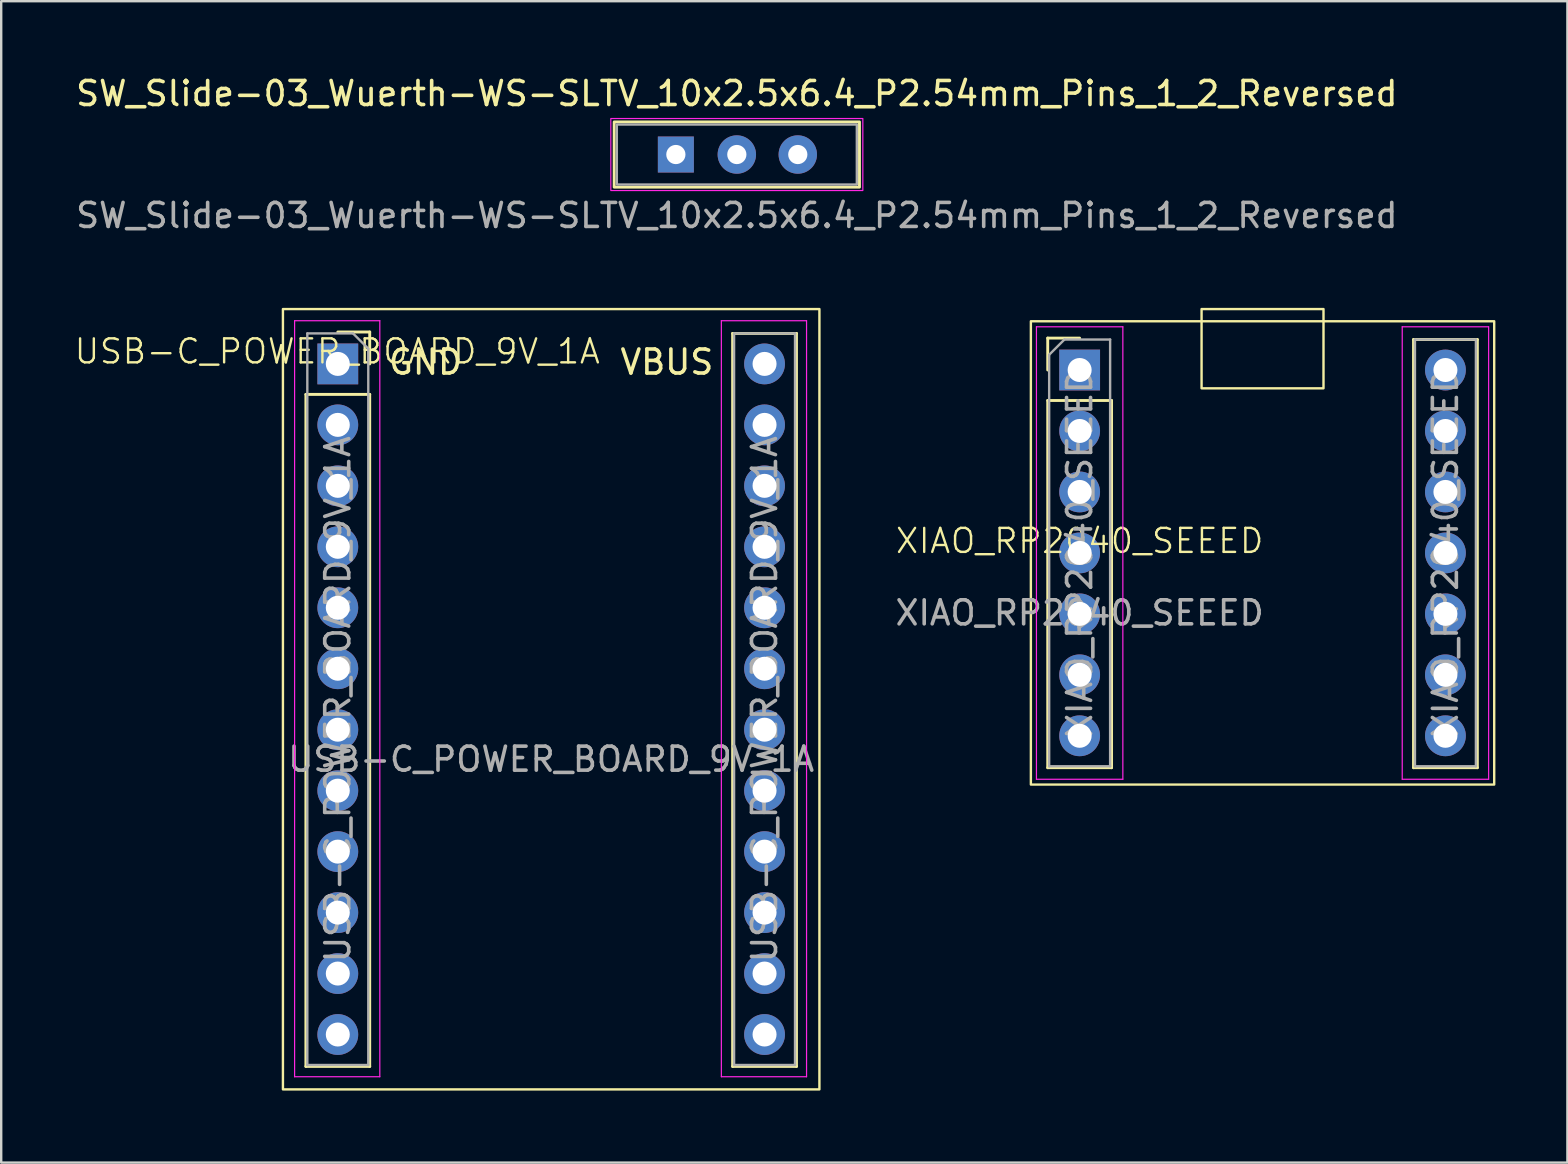
<source format=kicad_pcb>
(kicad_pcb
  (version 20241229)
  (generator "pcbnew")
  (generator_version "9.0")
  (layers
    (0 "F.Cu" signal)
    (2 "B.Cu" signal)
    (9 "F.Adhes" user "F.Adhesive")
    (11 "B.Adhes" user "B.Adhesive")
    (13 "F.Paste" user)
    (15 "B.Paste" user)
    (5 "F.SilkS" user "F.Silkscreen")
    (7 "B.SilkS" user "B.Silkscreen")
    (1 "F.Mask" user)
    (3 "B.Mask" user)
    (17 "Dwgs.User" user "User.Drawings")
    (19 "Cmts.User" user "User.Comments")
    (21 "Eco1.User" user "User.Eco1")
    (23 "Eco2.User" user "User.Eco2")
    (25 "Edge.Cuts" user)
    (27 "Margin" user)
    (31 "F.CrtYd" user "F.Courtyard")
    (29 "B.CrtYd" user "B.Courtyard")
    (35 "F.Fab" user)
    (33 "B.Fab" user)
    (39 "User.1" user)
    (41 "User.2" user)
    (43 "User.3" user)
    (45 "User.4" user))
  (footprint "XIAO_RP2040_SEEED"
    (layer "F.Cu")
    (at 41.932 19.986)
    (property "Reference" "XIAO_RP2040_SEEED" (at 0 -0.5 0) (unlocked yes) (layer "F.SilkS") (effects (font (size 1 1) (thickness 0.1))))
    (attr through_hole)
    (fp_line (start -1.33 -8.95) (end 0 -8.95) (stroke (width 0.12) (type solid)) (layer "F.SilkS"))
    (fp_line (start -1.33 -7.62) (end -1.33 -8.95) (stroke (width 0.12) (type solid)) (layer "F.SilkS"))
    (fp_line (start -1.33 -6.35) (end -1.33 8.95) (stroke (width 0.12) (type solid)) (layer "F.SilkS"))
    (fp_line (start -1.33 -6.35) (end 1.33 -6.35) (stroke (width 0.12) (type solid)) (layer "F.SilkS"))
    (fp_line (start -1.33 8.95) (end 1.33 8.95) (stroke (width 0.12) (type solid)) (layer "F.SilkS"))
    (fp_line (start 1.33 -6.35) (end 1.33 8.95) (stroke (width 0.12) (type solid)) (layer "F.SilkS"))
    (fp_line (start 13.91 -8.89) (end 13.91 8.95) (stroke (width 0.12) (type solid)) (layer "F.SilkS"))
    (fp_line (start 13.91 -8.89) (end 16.57 -8.89) (stroke (width 0.12) (type solid)) (layer "F.SilkS"))
    (fp_line (start 13.91 8.95) (end 16.57 8.95) (stroke (width 0.12) (type solid)) (layer "F.SilkS"))
    (fp_line (start 16.57 -8.89) (end 16.57 8.95) (stroke (width 0.12) (type solid)) (layer "F.SilkS"))
    (fp_rect (start -2.032 -9.652) (end 17.272 9.652) (stroke (width 0.1) (type default)) (fill no) (layer "F.SilkS"))
    (fp_rect (start 5.08 -10.16) (end 10.16 -6.858) (stroke (width 0.1) (type default)) (fill no) (layer "F.SilkS"))
    (fp_line (start -1.8 -9.42) (end -1.8 9.43) (stroke (width 0.05) (type solid)) (layer "F.CrtYd"))
    (fp_line (start -1.8 9.43) (end 1.8 9.43) (stroke (width 0.05) (type solid)) (layer "F.CrtYd"))
    (fp_line (start 1.8 -9.42) (end -1.8 -9.42) (stroke (width 0.05) (type solid)) (layer "F.CrtYd"))
    (fp_line (start 1.8 9.43) (end 1.8 -9.42) (stroke (width 0.05) (type solid)) (layer "F.CrtYd"))
    (fp_line (start 13.44 -9.42) (end 13.44 9.43) (stroke (width 0.05) (type solid)) (layer "F.CrtYd"))
    (fp_line (start 13.44 9.43) (end 17.04 9.43) (stroke (width 0.05) (type solid)) (layer "F.CrtYd"))
    (fp_line (start 17.04 -9.42) (end 13.44 -9.42) (stroke (width 0.05) (type solid)) (layer "F.CrtYd"))
    (fp_line (start 17.04 9.43) (end 17.04 -9.42) (stroke (width 0.05) (type solid)) (layer "F.CrtYd"))
    (fp_line (start -1.27 -8.255) (end -0.635 -8.89) (stroke (width 0.1) (type solid)) (layer "F.Fab"))
    (fp_line (start -1.27 8.89) (end -1.27 -8.255) (stroke (width 0.1) (type solid)) (layer "F.Fab"))
    (fp_line (start -0.635 -8.89) (end 1.27 -8.89) (stroke (width 0.1) (type solid)) (layer "F.Fab"))
    (fp_line (start 1.27 -8.89) (end 1.27 8.89) (stroke (width 0.1) (type solid)) (layer "F.Fab"))
    (fp_line (start 1.27 8.89) (end -1.27 8.89) (stroke (width 0.1) (type solid)) (layer "F.Fab"))
    (fp_line (start 13.97 -8.89) (end 16.51 -8.89) (stroke (width 0.1) (type solid)) (layer "F.Fab"))
    (fp_line (start 13.97 8.89) (end 13.97 -8.89) (stroke (width 0.1) (type solid)) (layer "F.Fab"))
    (fp_line (start 16.51 -8.89) (end 16.51 8.89) (stroke (width 0.1) (type solid)) (layer "F.Fab"))
    (fp_line (start 16.51 8.89) (end 13.97 8.89) (stroke (width 0.1) (type solid)) (layer "F.Fab"))
    (fp_text user "${REFERENCE}" (at 0 0 270) (layer "F.Fab") (effects (font (size 1 1) (thickness 0.15))))
    (fp_text user "${REFERENCE}" (at 15.24 0 270) (layer "F.Fab") (effects (font (size 1 1) (thickness 0.15))))
    (fp_text user "${REFERENCE}" (at 0 2.5 0) (unlocked yes) (layer "F.Fab") (effects (font (size 1 1) (thickness 0.15))))
    (pad "1" thru_hole rect (at 0 -7.62) (size 1.7 1.7) (drill 1) (layers "*.Cu" "*.Mask"))
    (pad "2" thru_hole oval (at 0 -5.08) (size 1.7 1.7) (drill 1) (layers "*.Cu" "*.Mask"))
    (pad "3" thru_hole oval (at 0 -2.54) (size 1.7 1.7) (drill 1) (layers "*.Cu" "*.Mask"))
    (pad "4" thru_hole oval (at 0 0) (size 1.7 1.7) (drill 1) (layers "*.Cu" "*.Mask"))
    (pad "5" thru_hole oval (at 0 2.54) (size 1.7 1.7) (drill 1) (layers "*.Cu" "*.Mask"))
    (pad "6" thru_hole oval (at 0 5.08) (size 1.7 1.7) (drill 1) (layers "*.Cu" "*.Mask"))
    (pad "7" thru_hole oval (at 0 7.62) (size 1.7 1.7) (drill 1) (layers "*.Cu" "*.Mask"))
    (pad "8" thru_hole oval (at 15.24 7.62) (size 1.7 1.7) (drill 1) (layers "*.Cu" "*.Mask"))
    (pad "9" thru_hole oval (at 15.24 5.08) (size 1.7 1.7) (drill 1) (layers "*.Cu" "*.Mask"))
    (pad "10" thru_hole oval (at 15.24 2.54) (size 1.7 1.7) (drill 1) (layers "*.Cu" "*.Mask"))
    (pad "11" thru_hole oval (at 15.24 0) (size 1.7 1.7) (drill 1) (layers "*.Cu" "*.Mask"))
    (pad "12" thru_hole oval (at 15.24 -2.54) (size 1.7 1.7) (drill 1) (layers "*.Cu" "*.Mask"))
    (pad "13" thru_hole oval (at 15.24 -5.08) (size 1.7 1.7) (drill 1) (layers "*.Cu" "*.Mask"))
    (pad "14" thru_hole oval (at 15.24 -7.62) (size 1.7 1.7) (drill 1) (layers "*.Cu" "*.Mask")))
  (footprint "USB-C_POWER_BOARD_9V_1A"
    (layer "F.Cu")
    (at 19.914 26.082)
    (property "Reference" "USB-C_POWER_BOARD_9V_1A" (at -8.912 -14.492 0) (unlocked yes) (layer "F.SilkS") (effects (font (size 1 1) (thickness 0.1))))
    (attr through_hole)
    (fp_line (start -10.22 -12.7) (end -10.22 15.3) (stroke (width 0.12) (type solid)) (layer "F.SilkS"))
    (fp_line (start -10.22 -12.7) (end -7.56 -12.7) (stroke (width 0.12) (type solid)) (layer "F.SilkS"))
    (fp_line (start -10.22 15.3) (end -7.56 15.3) (stroke (width 0.12) (type solid)) (layer "F.SilkS"))
    (fp_line (start -8.89 -15.3) (end -7.56 -15.3) (stroke (width 0.12) (type solid)) (layer "F.SilkS"))
    (fp_line (start -7.56 -15.3) (end -7.56 -13.97) (stroke (width 0.12) (type solid)) (layer "F.SilkS"))
    (fp_line (start -7.56 -12.7) (end -7.56 15.3) (stroke (width 0.12) (type solid)) (layer "F.SilkS"))
    (fp_line (start 7.56 -15.24) (end 7.56 15.3) (stroke (width 0.12) (type solid)) (layer "F.SilkS"))
    (fp_line (start 7.56 -15.24) (end 10.22 -15.24) (stroke (width 0.12) (type solid)) (layer "F.SilkS"))
    (fp_line (start 7.56 15.3) (end 10.22 15.3) (stroke (width 0.12) (type solid)) (layer "F.SilkS"))
    (fp_line (start 10.22 -15.24) (end 10.22 15.3) (stroke (width 0.12) (type solid)) (layer "F.SilkS"))
    (fp_rect (start -11.176 -16.256) (end 11.176 16.256) (stroke (width 0.1) (type default)) (fill no) (layer "F.SilkS"))
    (fp_line (start -10.69 -15.77) (end -7.14 -15.77) (stroke (width 0.05) (type solid)) (layer "F.CrtYd"))
    (fp_line (start -10.69 15.73) (end -10.69 -15.77) (stroke (width 0.05) (type solid)) (layer "F.CrtYd"))
    (fp_line (start -7.14 -15.77) (end -7.14 15.73) (stroke (width 0.05) (type solid)) (layer "F.CrtYd"))
    (fp_line (start -7.14 15.73) (end -10.69 15.73) (stroke (width 0.05) (type solid)) (layer "F.CrtYd"))
    (fp_line (start 7.09 -15.77) (end 10.64 -15.77) (stroke (width 0.05) (type solid)) (layer "F.CrtYd"))
    (fp_line (start 7.09 15.73) (end 7.09 -15.77) (stroke (width 0.05) (type solid)) (layer "F.CrtYd"))
    (fp_line (start 10.64 -15.77) (end 10.64 15.73) (stroke (width 0.05) (type solid)) (layer "F.CrtYd"))
    (fp_line (start 10.64 15.73) (end 7.09 15.73) (stroke (width 0.05) (type solid)) (layer "F.CrtYd"))
    (fp_line (start -10.16 -15.24) (end -8.255 -15.24) (stroke (width 0.1) (type solid)) (layer "F.Fab"))
    (fp_line (start -10.16 15.24) (end -10.16 -15.24) (stroke (width 0.1) (type solid)) (layer "F.Fab"))
    (fp_line (start -8.255 -15.24) (end -7.62 -14.605) (stroke (width 0.1) (type solid)) (layer "F.Fab"))
    (fp_line (start -7.62 -14.605) (end -7.62 15.24) (stroke (width 0.1) (type solid)) (layer "F.Fab"))
    (fp_line (start -7.62 15.24) (end -10.16 15.24) (stroke (width 0.1) (type solid)) (layer "F.Fab"))
    (fp_line (start 7.62 -15.24) (end 10.16 -15.24) (stroke (width 0.1) (type solid)) (layer "F.Fab"))
    (fp_line (start 7.62 15.24) (end 7.62 -15.24) (stroke (width 0.1) (type solid)) (layer "F.Fab"))
    (fp_line (start 10.16 -15.24) (end 10.16 15.24) (stroke (width 0.1) (type solid)) (layer "F.Fab"))
    (fp_line (start 10.16 15.24) (end 7.62 15.24) (stroke (width 0.1) (type solid)) (layer "F.Fab"))
    (fp_text user "GND" (at -6.858 -13.462 0) (unlocked yes) (layer "F.SilkS") (effects (font (size 1 1) (thickness 0.15)) (justify left bottom)))
    (fp_text user "VBUS" (at 2.794 -13.462 0) (unlocked yes) (layer "F.SilkS") (effects (font (size 1 1) (thickness 0.15)) (justify left bottom)))
    (fp_text user "${REFERENCE}" (at -8.89 0 90) (layer "F.Fab") (effects (font (size 1 1) (thickness 0.15))))
    (fp_text user "${REFERENCE}" (at 0 2.5 0) (unlocked yes) (layer "F.Fab") (effects (font (size 1 1) (thickness 0.15))))
    (fp_text user "${REFERENCE}" (at 8.89 0 90) (layer "F.Fab") (effects (font (size 1 1) (thickness 0.15))))
    (pad "1" thru_hole rect (at -8.89 -13.97) (size 1.7 1.7) (drill 1) (layers "*.Cu" "*.Mask"))
    (pad "2" thru_hole oval (at -8.89 -11.43) (size 1.7 1.7) (drill 1) (layers "*.Cu" "*.Mask"))
    (pad "3" thru_hole oval (at -8.89 -8.89) (size 1.7 1.7) (drill 1) (layers "*.Cu" "*.Mask"))
    (pad "4" thru_hole oval (at -8.89 -6.35) (size 1.7 1.7) (drill 1) (layers "*.Cu" "*.Mask"))
    (pad "5" thru_hole oval (at -8.89 -3.81) (size 1.7 1.7) (drill 1) (layers "*.Cu" "*.Mask"))
    (pad "6" thru_hole oval (at -8.89 -1.27) (size 1.7 1.7) (drill 1) (layers "*.Cu" "*.Mask"))
    (pad "7" thru_hole oval (at -8.89 1.27) (size 1.7 1.7) (drill 1) (layers "*.Cu" "*.Mask"))
    (pad "8" thru_hole oval (at -8.89 3.81) (size 1.7 1.7) (drill 1) (layers "*.Cu" "*.Mask"))
    (pad "9" thru_hole oval (at -8.89 6.35) (size 1.7 1.7) (drill 1) (layers "*.Cu" "*.Mask"))
    (pad "10" thru_hole oval (at -8.89 8.89) (size 1.7 1.7) (drill 1) (layers "*.Cu" "*.Mask"))
    (pad "11" thru_hole oval (at -8.89 11.43) (size 1.7 1.7) (drill 1) (layers "*.Cu" "*.Mask"))
    (pad "12" thru_hole oval (at -8.89 13.97) (size 1.7 1.7) (drill 1) (layers "*.Cu" "*.Mask"))
    (pad "13" thru_hole oval (at 8.89 13.97) (size 1.7 1.7) (drill 1) (layers "*.Cu" "*.Mask"))
    (pad "14" thru_hole oval (at 8.89 11.43) (size 1.7 1.7) (drill 1) (layers "*.Cu" "*.Mask"))
    (pad "15" thru_hole oval (at 8.89 8.89) (size 1.7 1.7) (drill 1) (layers "*.Cu" "*.Mask"))
    (pad "16" thru_hole oval (at 8.89 6.35) (size 1.7 1.7) (drill 1) (layers "*.Cu" "*.Mask"))
    (pad "17" thru_hole oval (at 8.89 3.81) (size 1.7 1.7) (drill 1) (layers "*.Cu" "*.Mask"))
    (pad "18" thru_hole oval (at 8.89 1.27) (size 1.7 1.7) (drill 1) (layers "*.Cu" "*.Mask"))
    (pad "19" thru_hole oval (at 8.89 -1.27) (size 1.7 1.7) (drill 1) (layers "*.Cu" "*.Mask"))
    (pad "20" thru_hole oval (at 8.89 -3.81) (size 1.7 1.7) (drill 1) (layers "*.Cu" "*.Mask"))
    (pad "21" thru_hole oval (at 8.89 -6.35) (size 1.7 1.7) (drill 1) (layers "*.Cu" "*.Mask"))
    (pad "22" thru_hole oval (at 8.89 -8.89) (size 1.7 1.7) (drill 1) (layers "*.Cu" "*.Mask"))
    (pad "23" thru_hole oval (at 8.89 -11.43) (size 1.7 1.7) (drill 1) (layers "*.Cu" "*.Mask"))
    (pad "24" thru_hole oval (at 8.89 -13.97) (size 1.7 1.7) (drill 1) (layers "*.Cu" "*.Mask")))
  (footprint "SW_Slide-03_Wuerth-WS-SLTV_10x2.5x6.4_P2.54mm_Pins_1_2_Reversed"
    (layer "F.Cu")
    (at 27.649 3.388)
    (property "Reference" "SW_Slide-03_Wuerth-WS-SLTV_10x2.5x6.4_P2.54mm_Pins_1_2_Reversed" (at 0 -2.54 0) (layer "F.SilkS") (effects (font (size 1 1) (thickness 0.15))))
    (attr through_hole)
    (fp_rect (start -5.11 -1.36) (end 5.11 1.36) (stroke (width 0.12) (type default)) (fill no) (layer "F.SilkS"))
    (fp_rect (start -5.25 -1.5) (end 5.25 1.5) (stroke (width 0.05) (type default)) (fill no) (layer "F.CrtYd"))
    (fp_rect (start -5 -1.25) (end 5 1.25) (stroke (width 0.1) (type default)) (fill no) (layer "F.Fab"))
    (fp_text user "${REFERENCE}" (at 0 2.54 0) (layer "F.Fab") (effects (font (size 1 1) (thickness 0.15))))
    (pad "1" thru_hole rect (at -2.54 0) (size 1.5 1.5) (drill 0.8) (layers "*.Cu" "*.Mask"))
    (pad "2" thru_hole circle (at 0 0) (size 1.6 1.6) (drill 0.8) (layers "*.Cu" "*.Mask"))
    (pad "3" thru_hole circle (at 2.54 0) (size 1.6 1.6) (drill 0.8) (layers "*.Cu" "*.Mask")))
  (gr_rect
    (start -3 -3)
    (end 62.254 45.389)
    (stroke (width 0.1) (type default))
    (fill no)
    (layer "Edge.Cuts")))
</source>
